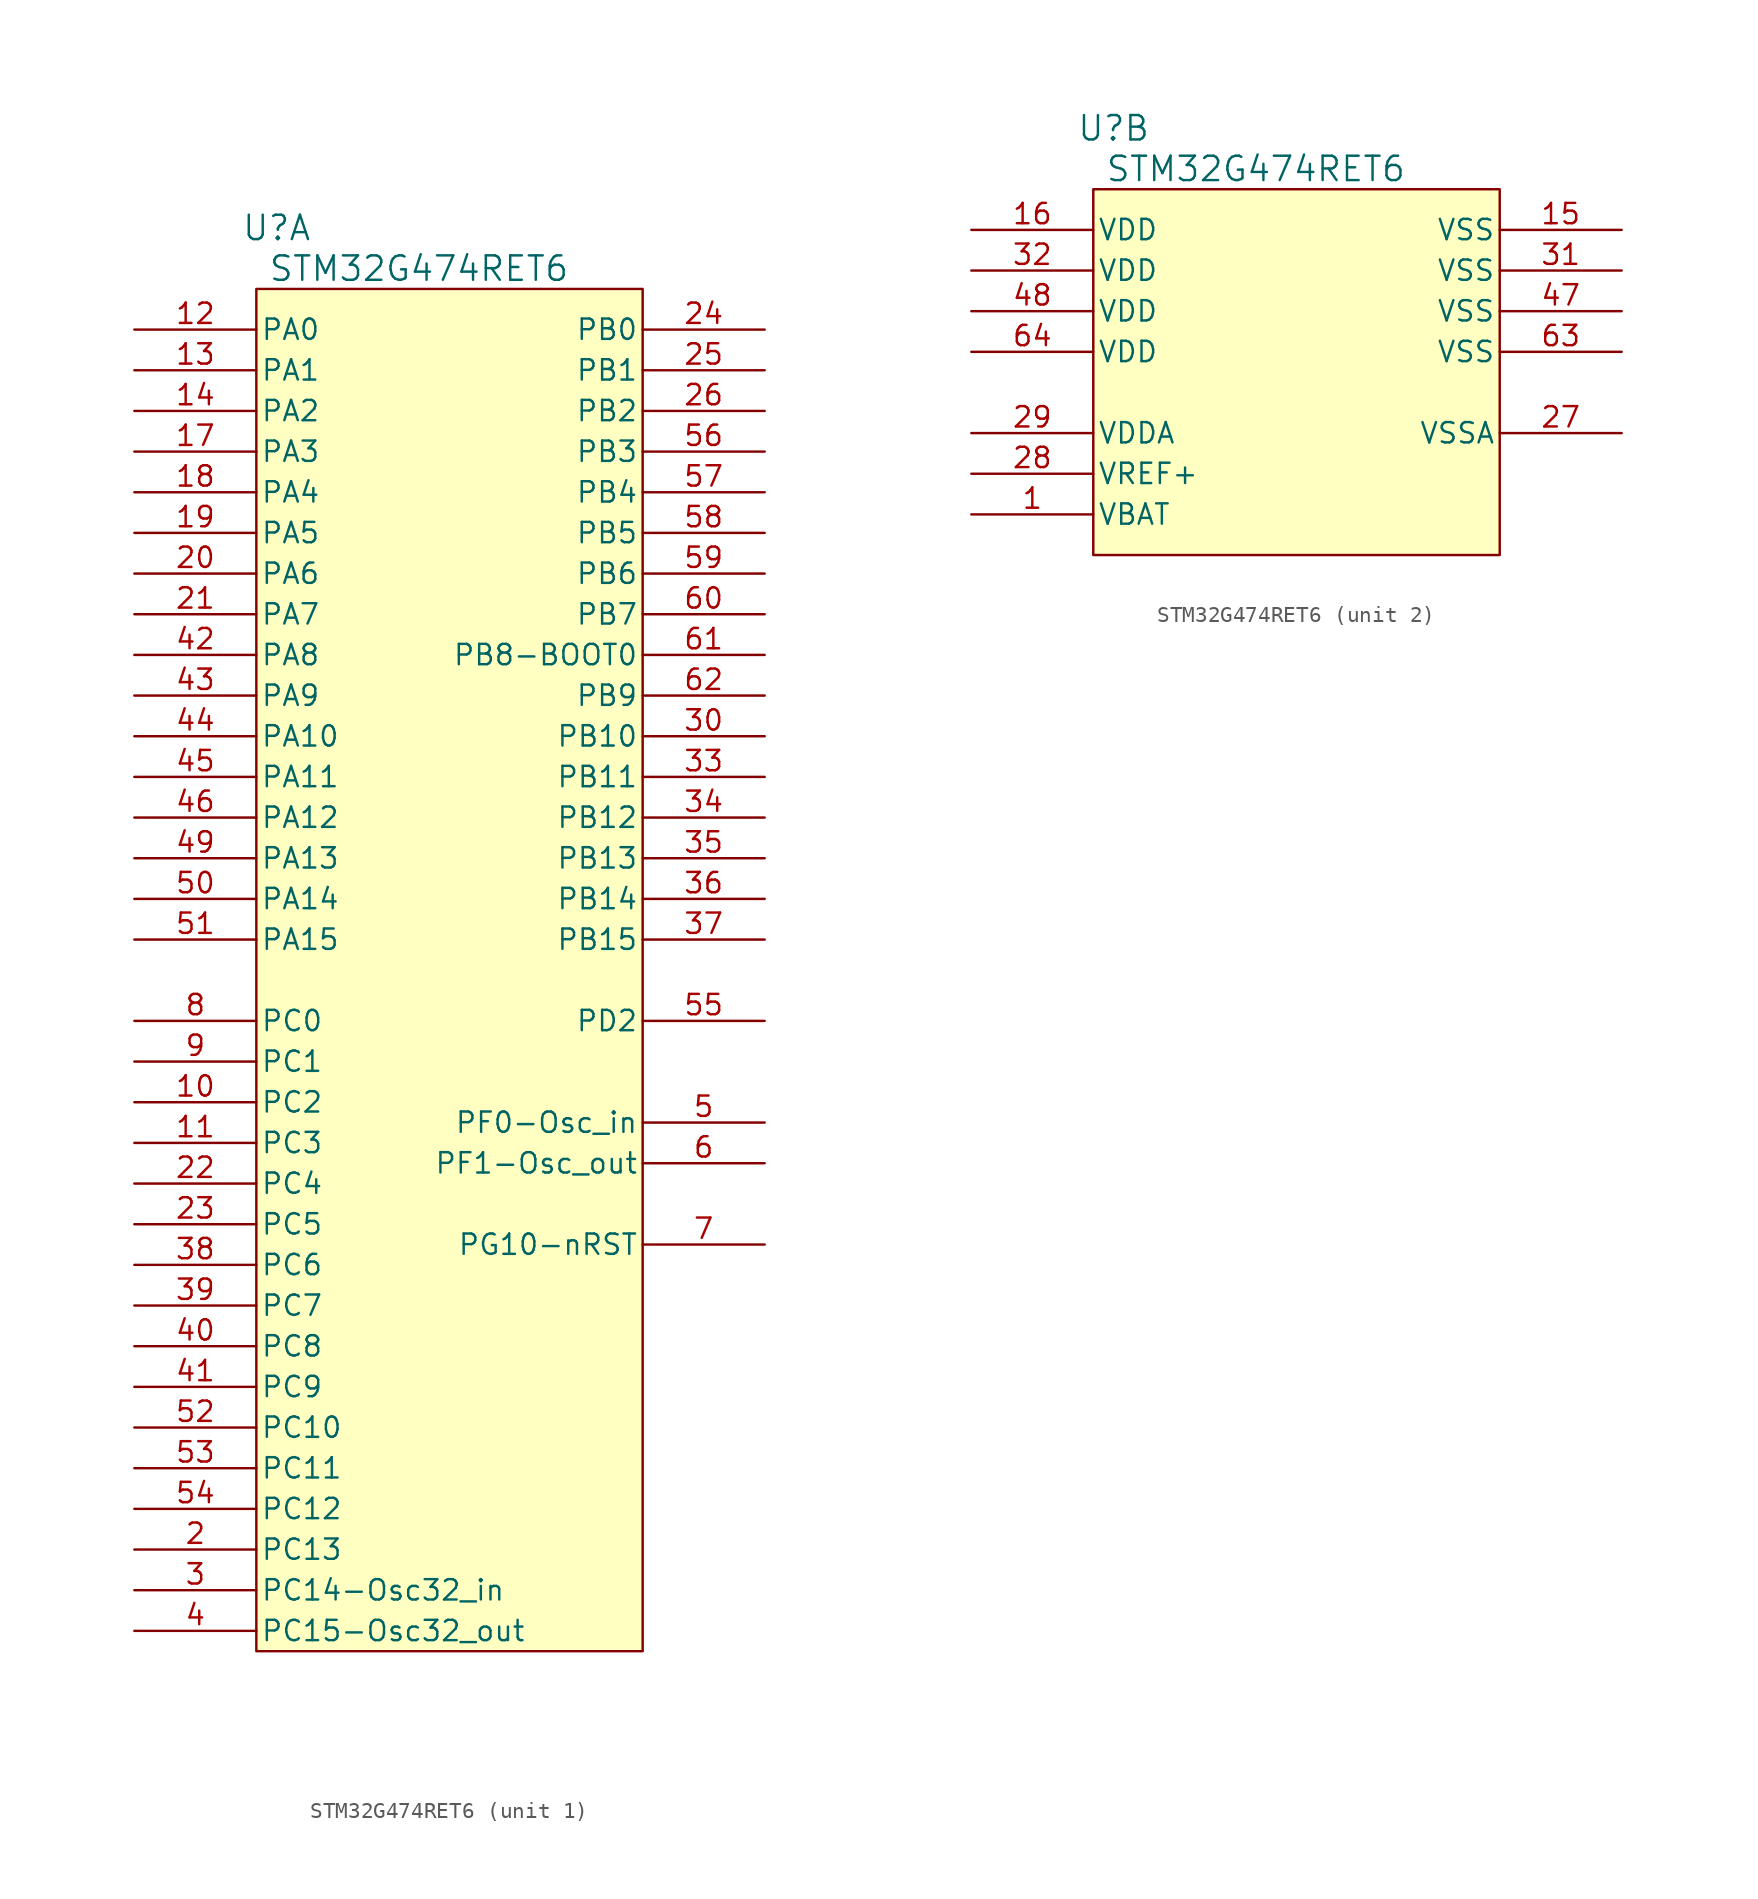
<source format=kicad_sym>
(kicad_symbol_lib
  (version 20241209)
  (generator "kicad_symbol_editor")
  (generator_version "9.0")
  (symbol "STM32G474RET6"
    (pin_names
      (offset 0.254))
    (property "Reference" "U"
      (at 8.89 6.35 0)
      (effects (font (size 1.524 1.524))))
    (property "Value" "STM32G474RET6"
      (at 17.78 3.81 0)
      (effects (font (size 1.524 1.524))))
    (property "ki_locked" ""
      (at 0 0 0)
      (effects (font (size 1.27 1.27))))
    (symbol "STM32G474RET6_1_1"
      (rectangle (start 7.62 2.54) (end 31.75 -82.55) (stroke (width 0) (type default)) (fill (type background)))
      (pin unspecified line (at 0 0 0) (length 7.62) (name "PA0" (effects (font (size 1.27 1.27)))) (number "12" (effects (font (size 1.27 1.27)))))
      (pin unspecified line (at 0 -2.54 0) (length 7.62) (name "PA1" (effects (font (size 1.27 1.27)))) (number "13" (effects (font (size 1.27 1.27)))))
      (pin unspecified line (at 0 -5.08 0) (length 7.62) (name "PA2" (effects (font (size 1.27 1.27)))) (number "14" (effects (font (size 1.27 1.27)))))
      (pin unspecified line (at 0 -7.62 0) (length 7.62) (name "PA3" (effects (font (size 1.27 1.27)))) (number "17" (effects (font (size 1.27 1.27)))))
      (pin unspecified line (at 0 -10.16 0) (length 7.62) (name "PA4" (effects (font (size 1.27 1.27)))) (number "18" (effects (font (size 1.27 1.27)))))
      (pin unspecified line (at 0 -12.7 0) (length 7.62) (name "PA5" (effects (font (size 1.27 1.27)))) (number "19" (effects (font (size 1.27 1.27)))))
      (pin unspecified line (at 0 -15.24 0) (length 7.62) (name "PA6" (effects (font (size 1.27 1.27)))) (number "20" (effects (font (size 1.27 1.27)))))
      (pin unspecified line (at 0 -17.78 0) (length 7.62) (name "PA7" (effects (font (size 1.27 1.27)))) (number "21" (effects (font (size 1.27 1.27)))))
      (pin unspecified line (at 0 -20.32 0) (length 7.62) (name "PA8" (effects (font (size 1.27 1.27)))) (number "42" (effects (font (size 1.27 1.27)))))
      (pin unspecified line (at 0 -22.86 0) (length 7.62) (name "PA9" (effects (font (size 1.27 1.27)))) (number "43" (effects (font (size 1.27 1.27)))))
      (pin unspecified line (at 0 -25.4 0) (length 7.62) (name "PA10" (effects (font (size 1.27 1.27)))) (number "44" (effects (font (size 1.27 1.27)))))
      (pin unspecified line (at 0 -27.94 0) (length 7.62) (name "PA11" (effects (font (size 1.27 1.27)))) (number "45" (effects (font (size 1.27 1.27)))))
      (pin unspecified line (at 0 -30.48 0) (length 7.62) (name "PA12" (effects (font (size 1.27 1.27)))) (number "46" (effects (font (size 1.27 1.27)))))
      (pin unspecified line (at 0 -33.02 0) (length 7.62) (name "PA13" (effects (font (size 1.27 1.27)))) (number "49" (effects (font (size 1.27 1.27)))))
      (pin unspecified line (at 0 -35.56 0) (length 7.62) (name "PA14" (effects (font (size 1.27 1.27)))) (number "50" (effects (font (size 1.27 1.27)))))
      (pin unspecified line (at 0 -38.1 0) (length 7.62) (name "PA15" (effects (font (size 1.27 1.27)))) (number "51" (effects (font (size 1.27 1.27)))))
      (pin unspecified line (at 0 -43.18 0) (length 7.62) (name "PC0" (effects (font (size 1.27 1.27)))) (number "8" (effects (font (size 1.27 1.27)))))
      (pin unspecified line (at 0 -45.72 0) (length 7.62) (name "PC1" (effects (font (size 1.27 1.27)))) (number "9" (effects (font (size 1.27 1.27)))))
      (pin unspecified line (at 0 -48.26 0) (length 7.62) (name "PC2" (effects (font (size 1.27 1.27)))) (number "10" (effects (font (size 1.27 1.27)))))
      (pin unspecified line (at 0 -50.8 0) (length 7.62) (name "PC3" (effects (font (size 1.27 1.27)))) (number "11" (effects (font (size 1.27 1.27)))))
      (pin unspecified line (at 0 -53.34 0) (length 7.62) (name "PC4" (effects (font (size 1.27 1.27)))) (number "22" (effects (font (size 1.27 1.27)))))
      (pin unspecified line (at 0 -55.88 0) (length 7.62) (name "PC5" (effects (font (size 1.27 1.27)))) (number "23" (effects (font (size 1.27 1.27)))))
      (pin unspecified line (at 0 -58.42 0) (length 7.62) (name "PC6" (effects (font (size 1.27 1.27)))) (number "38" (effects (font (size 1.27 1.27)))))
      (pin unspecified line (at 0 -60.96 0) (length 7.62) (name "PC7" (effects (font (size 1.27 1.27)))) (number "39" (effects (font (size 1.27 1.27)))))
      (pin unspecified line (at 0 -63.5 0) (length 7.62) (name "PC8" (effects (font (size 1.27 1.27)))) (number "40" (effects (font (size 1.27 1.27)))))
      (pin unspecified line (at 0 -66.04 0) (length 7.62) (name "PC9" (effects (font (size 1.27 1.27)))) (number "41" (effects (font (size 1.27 1.27)))))
      (pin unspecified line (at 0 -68.58 0) (length 7.62) (name "PC10" (effects (font (size 1.27 1.27)))) (number "52" (effects (font (size 1.27 1.27)))))
      (pin unspecified line (at 0 -71.12 0) (length 7.62) (name "PC11" (effects (font (size 1.27 1.27)))) (number "53" (effects (font (size 1.27 1.27)))))
      (pin unspecified line (at 0 -73.66 0) (length 7.62) (name "PC12" (effects (font (size 1.27 1.27)))) (number "54" (effects (font (size 1.27 1.27)))))
      (pin unspecified line (at 0 -76.2 0) (length 7.62) (name "PC13" (effects (font (size 1.27 1.27)))) (number "2" (effects (font (size 1.27 1.27)))))
      (pin unspecified line (at 0 -78.74 0) (length 7.62) (name "PC14-Osc32_in" (effects (font (size 1.27 1.27)))) (number "3" (effects (font (size 1.27 1.27)))))
      (pin unspecified line (at 0 -81.28 0) (length 7.62) (name "PC15-Osc32_out" (effects (font (size 1.27 1.27)))) (number "4" (effects (font (size 1.27 1.27)))))
      (pin unspecified line (at 39.37 0 180) (length 7.62) (name "PB0" (effects (font (size 1.27 1.27)))) (number "24" (effects (font (size 1.27 1.27)))))
      (pin unspecified line (at 39.37 -2.54 180) (length 7.62) (name "PB1" (effects (font (size 1.27 1.27)))) (number "25" (effects (font (size 1.27 1.27)))))
      (pin unspecified line (at 39.37 -5.08 180) (length 7.62) (name "PB2" (effects (font (size 1.27 1.27)))) (number "26" (effects (font (size 1.27 1.27)))))
      (pin unspecified line (at 39.37 -7.62 180) (length 7.62) (name "PB3" (effects (font (size 1.27 1.27)))) (number "56" (effects (font (size 1.27 1.27)))))
      (pin unspecified line (at 39.37 -10.16 180) (length 7.62) (name "PB4" (effects (font (size 1.27 1.27)))) (number "57" (effects (font (size 1.27 1.27)))))
      (pin unspecified line (at 39.37 -12.7 180) (length 7.62) (name "PB5" (effects (font (size 1.27 1.27)))) (number "58" (effects (font (size 1.27 1.27)))))
      (pin unspecified line (at 39.37 -15.24 180) (length 7.62) (name "PB6" (effects (font (size 1.27 1.27)))) (number "59" (effects (font (size 1.27 1.27)))))
      (pin unspecified line (at 39.37 -17.78 180) (length 7.62) (name "PB7" (effects (font (size 1.27 1.27)))) (number "60" (effects (font (size 1.27 1.27)))))
      (pin unspecified line (at 39.37 -20.32 180) (length 7.62) (name "PB8-BOOT0" (effects (font (size 1.27 1.27)))) (number "61" (effects (font (size 1.27 1.27)))))
      (pin unspecified line (at 39.37 -22.86 180) (length 7.62) (name "PB9" (effects (font (size 1.27 1.27)))) (number "62" (effects (font (size 1.27 1.27)))))
      (pin unspecified line (at 39.37 -25.4 180) (length 7.62) (name "PB10" (effects (font (size 1.27 1.27)))) (number "30" (effects (font (size 1.27 1.27)))))
      (pin unspecified line (at 39.37 -27.94 180) (length 7.62) (name "PB11" (effects (font (size 1.27 1.27)))) (number "33" (effects (font (size 1.27 1.27)))))
      (pin unspecified line (at 39.37 -30.48 180) (length 7.62) (name "PB12" (effects (font (size 1.27 1.27)))) (number "34" (effects (font (size 1.27 1.27)))))
      (pin unspecified line (at 39.37 -33.02 180) (length 7.62) (name "PB13" (effects (font (size 1.27 1.27)))) (number "35" (effects (font (size 1.27 1.27)))))
      (pin unspecified line (at 39.37 -35.56 180) (length 7.62) (name "PB14" (effects (font (size 1.27 1.27)))) (number "36" (effects (font (size 1.27 1.27)))))
      (pin unspecified line (at 39.37 -38.1 180) (length 7.62) (name "PB15" (effects (font (size 1.27 1.27)))) (number "37" (effects (font (size 1.27 1.27)))))
      (pin unspecified line (at 39.37 -43.18 180) (length 7.62) (name "PD2" (effects (font (size 1.27 1.27)))) (number "55" (effects (font (size 1.27 1.27)))))
      (pin unspecified line (at 39.37 -49.53 180) (length 7.62) (name "PF0-Osc_in" (effects (font (size 1.27 1.27)))) (number "5" (effects (font (size 1.27 1.27)))))
      (pin unspecified line (at 39.37 -52.07 180) (length 7.62) (name "PF1-Osc_out" (effects (font (size 1.27 1.27)))) (number "6" (effects (font (size 1.27 1.27)))))
      (pin unspecified line (at 39.37 -57.15 180) (length 7.62) (name "PG10-nRST" (effects (font (size 1.27 1.27)))) (number "7" (effects (font (size 1.27 1.27))))))
    (symbol "STM32G474RET6_2_1"
      (rectangle (start 7.62 2.54) (end 33.02 -20.32) (stroke (width 0) (type default)) (fill (type background)))
      (pin power_in line (at 0 0 0) (length 7.62) (name "VDD" (effects (font (size 1.27 1.27)))) (number "16" (effects (font (size 1.27 1.27)))))
      (pin power_in line (at 0 -2.54 0) (length 7.62) (name "VDD" (effects (font (size 1.27 1.27)))) (number "32" (effects (font (size 1.27 1.27)))))
      (pin power_in line (at 0 -5.08 0) (length 7.62) (name "VDD" (effects (font (size 1.27 1.27)))) (number "48" (effects (font (size 1.27 1.27)))))
      (pin power_in line (at 0 -7.62 0) (length 7.62) (name "VDD" (effects (font (size 1.27 1.27)))) (number "64" (effects (font (size 1.27 1.27)))))
      (pin power_in line (at 0 -12.7 0) (length 7.62) (name "VDDA" (effects (font (size 1.27 1.27)))) (number "29" (effects (font (size 1.27 1.27)))))
      (pin power_in line (at 0 -15.24 0) (length 7.62) (name "VREF+" (effects (font (size 1.27 1.27)))) (number "28" (effects (font (size 1.27 1.27)))))
      (pin power_in line (at 0 -17.78 0) (length 7.62) (name "VBAT" (effects (font (size 1.27 1.27)))) (number "1" (effects (font (size 1.27 1.27)))))
      (pin power_in line (at 40.64 0 180) (length 7.62) (name "VSS" (effects (font (size 1.27 1.27)))) (number "15" (effects (font (size 1.27 1.27)))))
      (pin power_in line (at 40.64 -2.54 180) (length 7.62) (name "VSS" (effects (font (size 1.27 1.27)))) (number "31" (effects (font (size 1.27 1.27)))))
      (pin power_in line (at 40.64 -5.08 180) (length 7.62) (name "VSS" (effects (font (size 1.27 1.27)))) (number "47" (effects (font (size 1.27 1.27)))))
      (pin power_in line (at 40.64 -7.62 180) (length 7.62) (name "VSS" (effects (font (size 1.27 1.27)))) (number "63" (effects (font (size 1.27 1.27)))))
      (pin power_in line (at 40.64 -12.7 180) (length 7.62) (name "VSSA" (effects (font (size 1.27 1.27)))) (number "27" (effects (font (size 1.27 1.27))))))))
</source>
